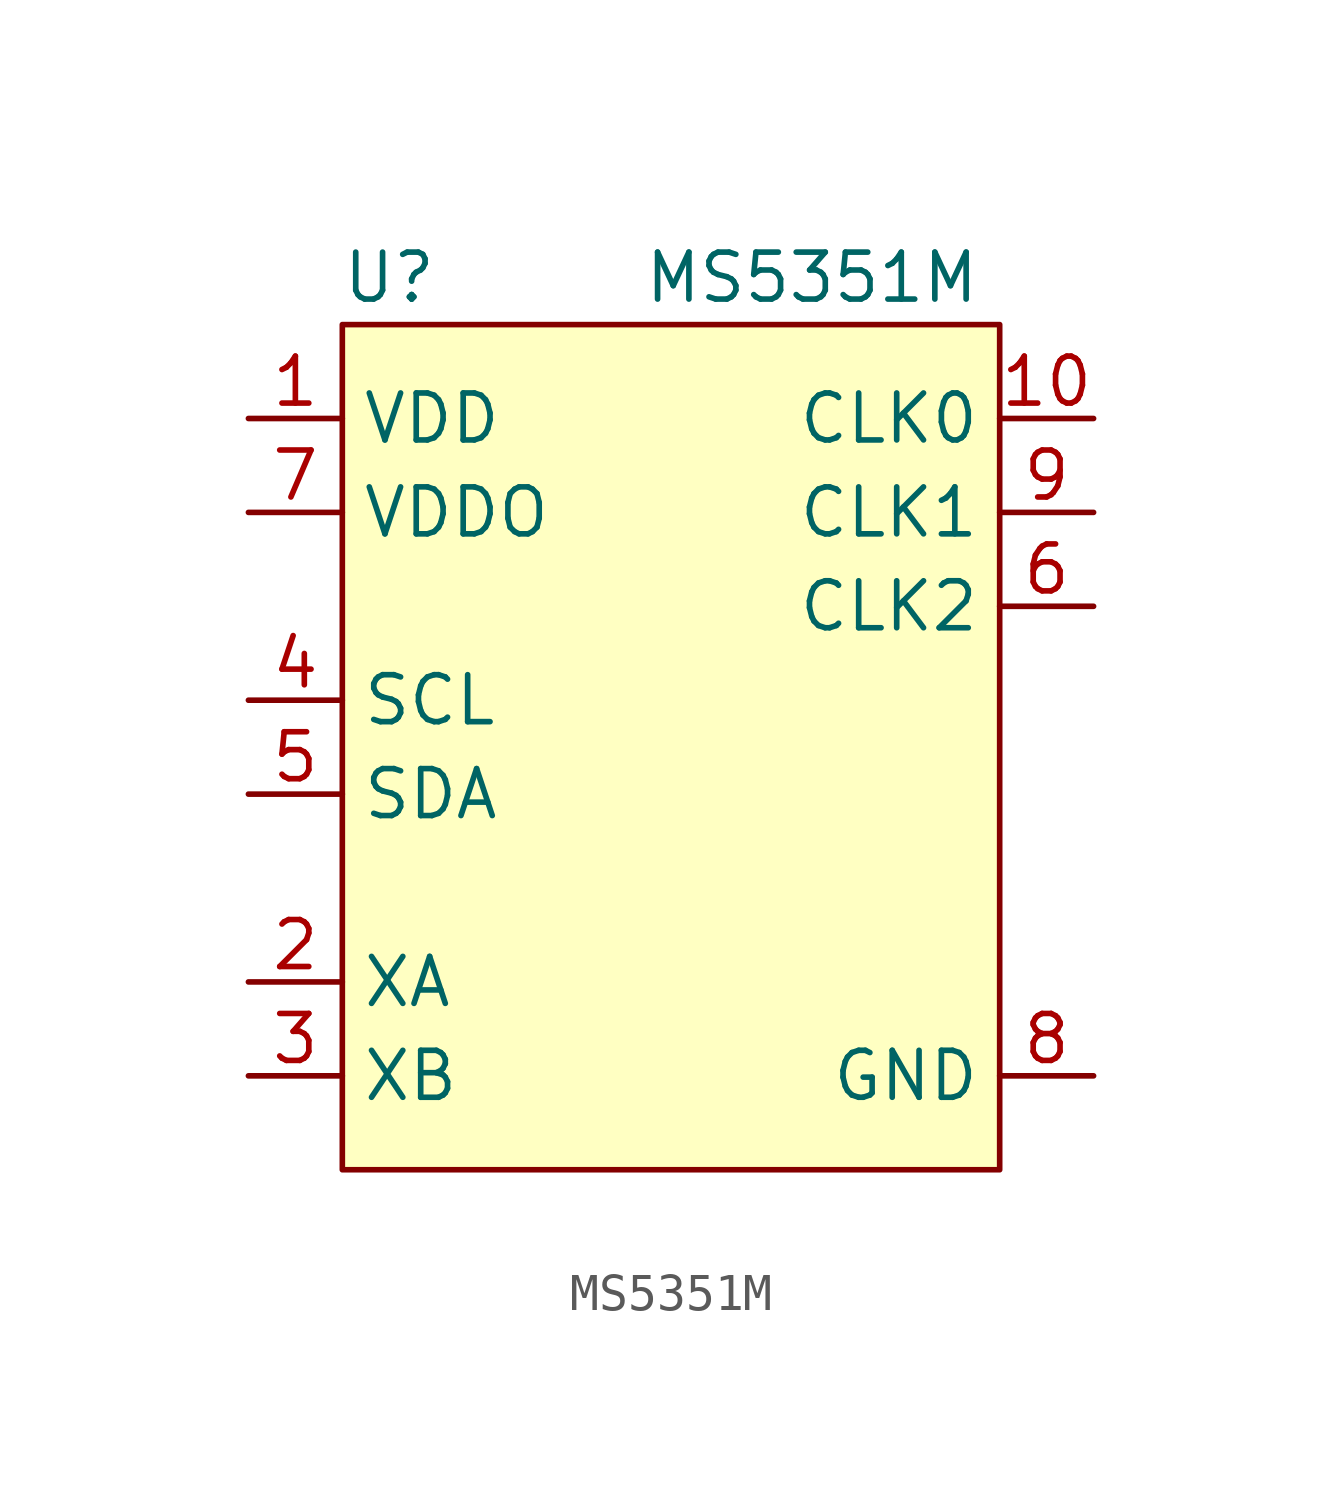
<source format=kicad_sym>
(kicad_symbol_lib
  (version 20211014)
  (generator kicad_symbol_editor)
  (symbol "MS5351M"
    (property "Reference" "U"
      (at 1.27 3.81 0)
      (effects (font (size 1.27 1.27))))
    (property "Value" "MS5351M"
      (at 12.7 3.81 0)
      (effects (font (size 1.27 1.27))))
    (symbol "MS5351M_0_1"
      (rectangle (start 0 2.54) (end 17.78 -20.32) (stroke (width 0) (type default) (color 0 0 0 0)) (fill (type background))))
    (symbol "MS5351M_1_1"
      (pin input line (at -2.54 0 0) (length 2.54) (name "VDD" (effects (font (size 1.27 1.27)))) (number "1" (effects (font (size 1.27 1.27)))))
      (pin input line (at 20.32 0 180) (length 2.54) (name "CLK0" (effects (font (size 1.27 1.27)))) (number "10" (effects (font (size 1.27 1.27)))))
      (pin input line (at -2.54 -15.24 0) (length 2.54) (name "XA" (effects (font (size 1.27 1.27)))) (number "2" (effects (font (size 1.27 1.27)))))
      (pin input line (at -2.54 -17.78 0) (length 2.54) (name "XB" (effects (font (size 1.27 1.27)))) (number "3" (effects (font (size 1.27 1.27)))))
      (pin input line (at -2.54 -7.62 0) (length 2.54) (name "SCL" (effects (font (size 1.27 1.27)))) (number "4" (effects (font (size 1.27 1.27)))))
      (pin input line (at -2.54 -10.16 0) (length 2.54) (name "SDA" (effects (font (size 1.27 1.27)))) (number "5" (effects (font (size 1.27 1.27)))))
      (pin input line (at 20.32 -5.08 180) (length 2.54) (name "CLK2" (effects (font (size 1.27 1.27)))) (number "6" (effects (font (size 1.27 1.27)))))
      (pin input line (at -2.54 -2.54 0) (length 2.54) (name "VDDO" (effects (font (size 1.27 1.27)))) (number "7" (effects (font (size 1.27 1.27)))))
      (pin input line (at 20.32 -17.78 180) (length 2.54) (name "GND" (effects (font (size 1.27 1.27)))) (number "8" (effects (font (size 1.27 1.27)))))
      (pin input line (at 20.32 -2.54 180) (length 2.54) (name "CLK1" (effects (font (size 1.27 1.27)))) (number "9" (effects (font (size 1.27 1.27))))))))
</source>
